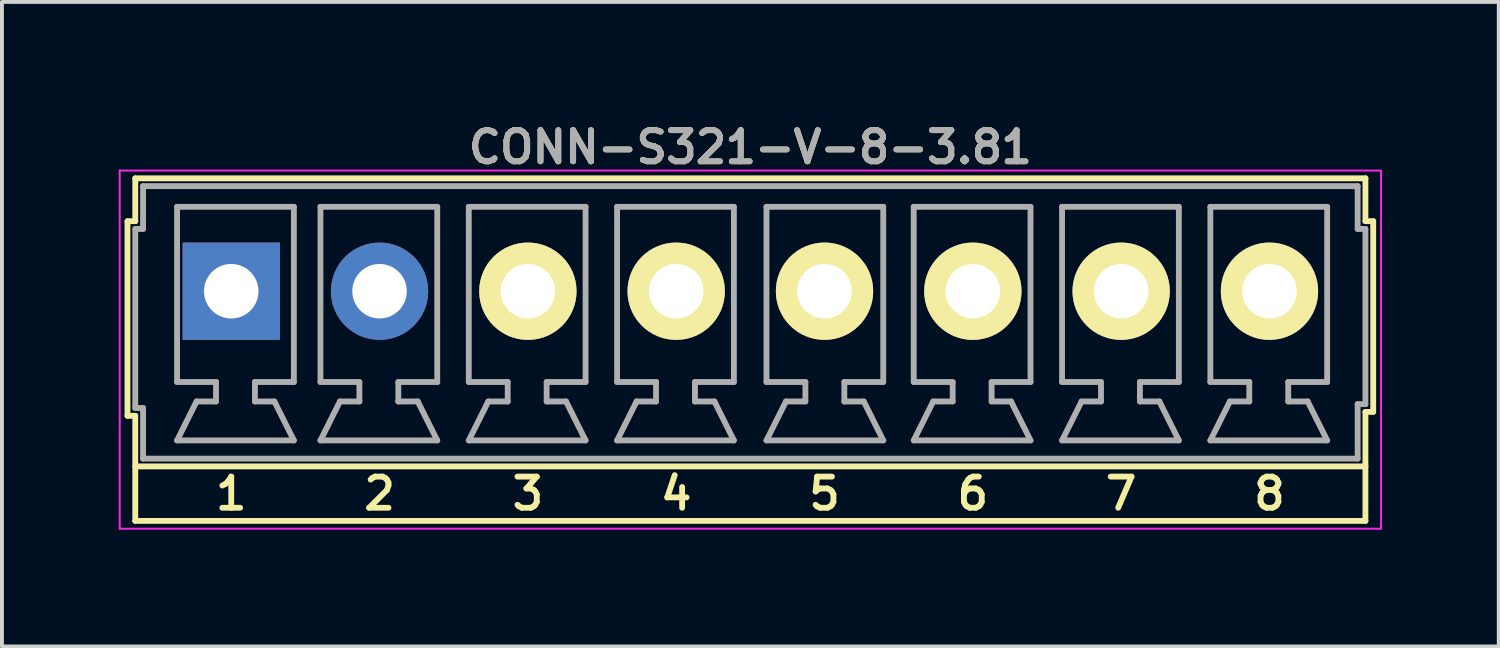
<source format=kicad_pcb>
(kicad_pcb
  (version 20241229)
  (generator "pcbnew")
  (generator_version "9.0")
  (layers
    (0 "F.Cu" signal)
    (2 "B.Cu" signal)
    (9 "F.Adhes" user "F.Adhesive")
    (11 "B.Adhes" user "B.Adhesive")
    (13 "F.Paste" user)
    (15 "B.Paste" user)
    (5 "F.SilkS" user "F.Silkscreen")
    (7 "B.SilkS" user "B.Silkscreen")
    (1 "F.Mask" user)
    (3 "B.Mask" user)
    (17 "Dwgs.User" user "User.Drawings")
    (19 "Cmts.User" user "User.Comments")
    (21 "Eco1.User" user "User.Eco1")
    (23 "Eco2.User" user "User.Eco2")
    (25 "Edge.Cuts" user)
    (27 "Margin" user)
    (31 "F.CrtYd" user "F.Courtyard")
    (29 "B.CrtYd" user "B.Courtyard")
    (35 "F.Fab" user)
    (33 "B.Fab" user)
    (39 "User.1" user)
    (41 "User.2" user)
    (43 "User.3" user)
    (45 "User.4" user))
  (footprint "CONN-S321-V-8-3.81"
    (layer "F.Cu")
    (at 16.225 5.231)
    (property "Reference" "CONN-S321-V-8-3.81" (at 0 -4.5 0) (layer "F.SilkS") (effects (font (size 0.8 0.8) (thickness 0.15))))
    (attr through_hole)
    (fp_line (start -16 -2.6) (end -16 2.4) (stroke (width 0.15) (type solid)) (layer "F.SilkS"))
    (fp_line (start -15.8 -3.7) (end 15.8 -3.7) (stroke (width 0.15) (type solid)) (layer "F.SilkS"))
    (fp_line (start -15.8 -2.6) (end -16 -2.6) (stroke (width 0.15) (type solid)) (layer "F.SilkS"))
    (fp_line (start -15.8 -2.6) (end -15.8 -3.7) (stroke (width 0.15) (type solid)) (layer "F.SilkS"))
    (fp_line (start -15.8 2.4) (end -16 2.4) (stroke (width 0.15) (type solid)) (layer "F.SilkS"))
    (fp_line (start -15.8 5.1) (end -15.8 2.4) (stroke (width 0.15) (type solid)) (layer "F.SilkS"))
    (fp_line (start -15.8 5.1) (end 15.8 5.1) (stroke (width 0.15) (type solid)) (layer "F.SilkS"))
    (fp_line (start 15.8 -2.6) (end 15.8 -3.7) (stroke (width 0.15) (type solid)) (layer "F.SilkS"))
    (fp_line (start 15.8 2.3) (end 16 2.3) (stroke (width 0.15) (type solid)) (layer "F.SilkS"))
    (fp_line (start 15.8 3.7) (end -15.8 3.7) (stroke (width 0.15) (type solid)) (layer "F.SilkS"))
    (fp_line (start 15.8 5.1) (end 15.8 2.3) (stroke (width 0.15) (type solid)) (layer "F.SilkS"))
    (fp_line (start 16 -2.6) (end 15.8 -2.6) (stroke (width 0.15) (type solid)) (layer "F.SilkS"))
    (fp_line (start 16 2.3) (end 16 -2.6) (stroke (width 0.15) (type solid)) (layer "F.SilkS"))
    (fp_line (start -16.2 -3.9) (end 16.2 -3.9) (stroke (width 0.05) (type solid)) (layer "F.CrtYd"))
    (fp_line (start -16.2 5.3) (end -16.2 -3.9) (stroke (width 0.05) (type solid)) (layer "F.CrtYd"))
    (fp_line (start 16.2 -3.9) (end 16.2 5.3) (stroke (width 0.05) (type solid)) (layer "F.CrtYd"))
    (fp_line (start 16.2 5.3) (end -16.2 5.3) (stroke (width 0.05) (type solid)) (layer "F.CrtYd"))
    (fp_line (start -15.8 -2.4) (end -15.6 -2.4) (stroke (width 0.15) (type solid)) (layer "F.Fab"))
    (fp_line (start -15.8 2.2) (end -15.8 -2.4) (stroke (width 0.15) (type solid)) (layer "F.Fab"))
    (fp_line (start -15.6 -3.5) (end 15.6 -3.5) (stroke (width 0.15) (type solid)) (layer "F.Fab"))
    (fp_line (start -15.6 -2.4) (end -15.6 -3.5) (stroke (width 0.15) (type solid)) (layer "F.Fab"))
    (fp_line (start -15.6 2.2) (end -15.8 2.2) (stroke (width 0.15) (type solid)) (layer "F.Fab"))
    (fp_line (start -15.6 3.5) (end -15.6 2.2) (stroke (width 0.15) (type solid)) (layer "F.Fab"))
    (fp_line (start -14.726 -2.968) (end -14.726 1.532) (stroke (width 0.15) (type solid)) (layer "F.Fab"))
    (fp_line (start -14.726 -2.968) (end -11.726 -2.968) (stroke (width 0.15) (type solid)) (layer "F.Fab"))
    (fp_line (start -14.726 3.032) (end -11.726 3.032) (stroke (width 0.15) (type solid)) (layer "F.Fab"))
    (fp_line (start -14.226 2.032) (end -14.726 3.032) (stroke (width 0.15) (type solid)) (layer "F.Fab"))
    (fp_line (start -13.726 1.532) (end -14.726 1.532) (stroke (width 0.15) (type solid)) (layer "F.Fab"))
    (fp_line (start -13.726 1.532) (end -13.726 2.032) (stroke (width 0.15) (type solid)) (layer "F.Fab"))
    (fp_line (start -13.726 2.032) (end -14.226 2.032) (stroke (width 0.15) (type solid)) (layer "F.Fab"))
    (fp_line (start -12.726 1.532) (end -12.726 2.032) (stroke (width 0.15) (type solid)) (layer "F.Fab"))
    (fp_line (start -12.726 2.032) (end -12.226 2.032) (stroke (width 0.15) (type solid)) (layer "F.Fab"))
    (fp_line (start -11.726 -2.968) (end -11.726 1.532) (stroke (width 0.15) (type solid)) (layer "F.Fab"))
    (fp_line (start -11.726 1.532) (end -12.726 1.532) (stroke (width 0.15) (type solid)) (layer "F.Fab"))
    (fp_line (start -11.726 3.032) (end -12.226 2.032) (stroke (width 0.15) (type solid)) (layer "F.Fab"))
    (fp_line (start -11.043 -2.968) (end -11.043 1.532) (stroke (width 0.15) (type solid)) (layer "F.Fab"))
    (fp_line (start -11.043 -2.968) (end -8.043 -2.968) (stroke (width 0.15) (type solid)) (layer "F.Fab"))
    (fp_line (start -11.043 3.032) (end -8.043 3.032) (stroke (width 0.15) (type solid)) (layer "F.Fab"))
    (fp_line (start -10.543 2.032) (end -11.043 3.032) (stroke (width 0.15) (type solid)) (layer "F.Fab"))
    (fp_line (start -10.043 1.532) (end -11.043 1.532) (stroke (width 0.15) (type solid)) (layer "F.Fab"))
    (fp_line (start -10.043 1.532) (end -10.043 2.032) (stroke (width 0.15) (type solid)) (layer "F.Fab"))
    (fp_line (start -10.043 2.032) (end -10.543 2.032) (stroke (width 0.15) (type solid)) (layer "F.Fab"))
    (fp_line (start -9.043 1.532) (end -9.043 2.032) (stroke (width 0.15) (type solid)) (layer "F.Fab"))
    (fp_line (start -9.043 2.032) (end -8.543 2.032) (stroke (width 0.15) (type solid)) (layer "F.Fab"))
    (fp_line (start -8.043 -2.968) (end -8.043 1.532) (stroke (width 0.15) (type solid)) (layer "F.Fab"))
    (fp_line (start -8.043 1.532) (end -9.043 1.532) (stroke (width 0.15) (type solid)) (layer "F.Fab"))
    (fp_line (start -8.043 3.032) (end -8.543 2.032) (stroke (width 0.15) (type solid)) (layer "F.Fab"))
    (fp_line (start -7.233 -2.968) (end -7.233 1.532) (stroke (width 0.15) (type solid)) (layer "F.Fab"))
    (fp_line (start -7.233 -2.968) (end -4.233 -2.968) (stroke (width 0.15) (type solid)) (layer "F.Fab"))
    (fp_line (start -7.233 3.032) (end -4.233 3.032) (stroke (width 0.15) (type solid)) (layer "F.Fab"))
    (fp_line (start -6.733 2.032) (end -7.233 3.032) (stroke (width 0.15) (type solid)) (layer "F.Fab"))
    (fp_line (start -6.233 1.532) (end -7.233 1.532) (stroke (width 0.15) (type solid)) (layer "F.Fab"))
    (fp_line (start -6.233 1.532) (end -6.233 2.032) (stroke (width 0.15) (type solid)) (layer "F.Fab"))
    (fp_line (start -6.233 2.032) (end -6.733 2.032) (stroke (width 0.15) (type solid)) (layer "F.Fab"))
    (fp_line (start -5.233 1.532) (end -5.233 2.032) (stroke (width 0.15) (type solid)) (layer "F.Fab"))
    (fp_line (start -5.233 2.032) (end -4.733 2.032) (stroke (width 0.15) (type solid)) (layer "F.Fab"))
    (fp_line (start -4.233 -2.968) (end -4.233 1.532) (stroke (width 0.15) (type solid)) (layer "F.Fab"))
    (fp_line (start -4.233 1.532) (end -5.233 1.532) (stroke (width 0.15) (type solid)) (layer "F.Fab"))
    (fp_line (start -4.233 3.032) (end -4.733 2.032) (stroke (width 0.15) (type solid)) (layer "F.Fab"))
    (fp_line (start -3.423 -2.968) (end -3.423 1.532) (stroke (width 0.15) (type solid)) (layer "F.Fab"))
    (fp_line (start -3.423 -2.968) (end -0.423 -2.968) (stroke (width 0.15) (type solid)) (layer "F.Fab"))
    (fp_line (start -3.423 3.032) (end -0.423 3.032) (stroke (width 0.15) (type solid)) (layer "F.Fab"))
    (fp_line (start -2.923 2.032) (end -3.423 3.032) (stroke (width 0.15) (type solid)) (layer "F.Fab"))
    (fp_line (start -2.423 1.532) (end -3.423 1.532) (stroke (width 0.15) (type solid)) (layer "F.Fab"))
    (fp_line (start -2.423 1.532) (end -2.423 2.032) (stroke (width 0.15) (type solid)) (layer "F.Fab"))
    (fp_line (start -2.423 2.032) (end -2.923 2.032) (stroke (width 0.15) (type solid)) (layer "F.Fab"))
    (fp_line (start -1.423 1.532) (end -1.423 2.032) (stroke (width 0.15) (type solid)) (layer "F.Fab"))
    (fp_line (start -1.423 2.032) (end -0.923 2.032) (stroke (width 0.15) (type solid)) (layer "F.Fab"))
    (fp_line (start -0.423 -2.968) (end -0.423 1.532) (stroke (width 0.15) (type solid)) (layer "F.Fab"))
    (fp_line (start -0.423 1.532) (end -1.423 1.532) (stroke (width 0.15) (type solid)) (layer "F.Fab"))
    (fp_line (start -0.423 3.032) (end -0.923 2.032) (stroke (width 0.15) (type solid)) (layer "F.Fab"))
    (fp_line (start 0.414 -2.968) (end 0.414 1.532) (stroke (width 0.15) (type solid)) (layer "F.Fab"))
    (fp_line (start 0.414 -2.968) (end 3.414 -2.968) (stroke (width 0.15) (type solid)) (layer "F.Fab"))
    (fp_line (start 0.414 3.032) (end 3.414 3.032) (stroke (width 0.15) (type solid)) (layer "F.Fab"))
    (fp_line (start 0.914 2.032) (end 0.414 3.032) (stroke (width 0.15) (type solid)) (layer "F.Fab"))
    (fp_line (start 1.414 1.532) (end 0.414 1.532) (stroke (width 0.15) (type solid)) (layer "F.Fab"))
    (fp_line (start 1.414 1.532) (end 1.414 2.032) (stroke (width 0.15) (type solid)) (layer "F.Fab"))
    (fp_line (start 1.414 2.032) (end 0.914 2.032) (stroke (width 0.15) (type solid)) (layer "F.Fab"))
    (fp_line (start 2.414 1.532) (end 2.414 2.032) (stroke (width 0.15) (type solid)) (layer "F.Fab"))
    (fp_line (start 2.414 2.032) (end 2.914 2.032) (stroke (width 0.15) (type solid)) (layer "F.Fab"))
    (fp_line (start 3.414 -2.968) (end 3.414 1.532) (stroke (width 0.15) (type solid)) (layer "F.Fab"))
    (fp_line (start 3.414 1.532) (end 2.414 1.532) (stroke (width 0.15) (type solid)) (layer "F.Fab"))
    (fp_line (start 3.414 3.032) (end 2.914 2.032) (stroke (width 0.15) (type solid)) (layer "F.Fab"))
    (fp_line (start 4.197 -2.968) (end 4.197 1.532) (stroke (width 0.15) (type solid)) (layer "F.Fab"))
    (fp_line (start 4.197 -2.968) (end 7.197 -2.968) (stroke (width 0.15) (type solid)) (layer "F.Fab"))
    (fp_line (start 4.197 3.032) (end 7.197 3.032) (stroke (width 0.15) (type solid)) (layer "F.Fab"))
    (fp_line (start 4.697 2.032) (end 4.197 3.032) (stroke (width 0.15) (type solid)) (layer "F.Fab"))
    (fp_line (start 5.197 1.532) (end 4.197 1.532) (stroke (width 0.15) (type solid)) (layer "F.Fab"))
    (fp_line (start 5.197 1.532) (end 5.197 2.032) (stroke (width 0.15) (type solid)) (layer "F.Fab"))
    (fp_line (start 5.197 2.032) (end 4.697 2.032) (stroke (width 0.15) (type solid)) (layer "F.Fab"))
    (fp_line (start 6.197 1.532) (end 6.197 2.032) (stroke (width 0.15) (type solid)) (layer "F.Fab"))
    (fp_line (start 6.197 2.032) (end 6.697 2.032) (stroke (width 0.15) (type solid)) (layer "F.Fab"))
    (fp_line (start 7.197 -2.968) (end 7.197 1.532) (stroke (width 0.15) (type solid)) (layer "F.Fab"))
    (fp_line (start 7.197 1.532) (end 6.197 1.532) (stroke (width 0.15) (type solid)) (layer "F.Fab"))
    (fp_line (start 7.197 3.032) (end 6.697 2.032) (stroke (width 0.15) (type solid)) (layer "F.Fab"))
    (fp_line (start 8.007 -2.968) (end 8.007 1.532) (stroke (width 0.15) (type solid)) (layer "F.Fab"))
    (fp_line (start 8.007 -2.968) (end 11.007 -2.968) (stroke (width 0.15) (type solid)) (layer "F.Fab"))
    (fp_line (start 8.007 3.032) (end 11.007 3.032) (stroke (width 0.15) (type solid)) (layer "F.Fab"))
    (fp_line (start 8.507 2.032) (end 8.007 3.032) (stroke (width 0.15) (type solid)) (layer "F.Fab"))
    (fp_line (start 9.007 1.532) (end 8.007 1.532) (stroke (width 0.15) (type solid)) (layer "F.Fab"))
    (fp_line (start 9.007 1.532) (end 9.007 2.032) (stroke (width 0.15) (type solid)) (layer "F.Fab"))
    (fp_line (start 9.007 2.032) (end 8.507 2.032) (stroke (width 0.15) (type solid)) (layer "F.Fab"))
    (fp_line (start 10.007 1.532) (end 10.007 2.032) (stroke (width 0.15) (type solid)) (layer "F.Fab"))
    (fp_line (start 10.007 2.032) (end 10.507 2.032) (stroke (width 0.15) (type solid)) (layer "F.Fab"))
    (fp_line (start 11.007 -2.968) (end 11.007 1.532) (stroke (width 0.15) (type solid)) (layer "F.Fab"))
    (fp_line (start 11.007 1.532) (end 10.007 1.532) (stroke (width 0.15) (type solid)) (layer "F.Fab"))
    (fp_line (start 11.007 3.032) (end 10.507 2.032) (stroke (width 0.15) (type solid)) (layer "F.Fab"))
    (fp_line (start 11.817 -2.968) (end 11.817 1.532) (stroke (width 0.15) (type solid)) (layer "F.Fab"))
    (fp_line (start 11.817 -2.968) (end 14.817 -2.968) (stroke (width 0.15) (type solid)) (layer "F.Fab"))
    (fp_line (start 11.817 3.032) (end 14.817 3.032) (stroke (width 0.15) (type solid)) (layer "F.Fab"))
    (fp_line (start 12.317 2.032) (end 11.817 3.032) (stroke (width 0.15) (type solid)) (layer "F.Fab"))
    (fp_line (start 12.817 1.532) (end 11.817 1.532) (stroke (width 0.15) (type solid)) (layer "F.Fab"))
    (fp_line (start 12.817 1.532) (end 12.817 2.032) (stroke (width 0.15) (type solid)) (layer "F.Fab"))
    (fp_line (start 12.817 2.032) (end 12.317 2.032) (stroke (width 0.15) (type solid)) (layer "F.Fab"))
    (fp_line (start 13.817 1.532) (end 13.817 2.032) (stroke (width 0.15) (type solid)) (layer "F.Fab"))
    (fp_line (start 13.817 2.032) (end 14.317 2.032) (stroke (width 0.15) (type solid)) (layer "F.Fab"))
    (fp_line (start 14.817 -2.968) (end 14.817 1.532) (stroke (width 0.15) (type solid)) (layer "F.Fab"))
    (fp_line (start 14.817 1.532) (end 13.817 1.532) (stroke (width 0.15) (type solid)) (layer "F.Fab"))
    (fp_line (start 14.817 3.032) (end 14.317 2.032) (stroke (width 0.15) (type solid)) (layer "F.Fab"))
    (fp_line (start 15.6 -2.4) (end 15.6 -3.5) (stroke (width 0.15) (type solid)) (layer "F.Fab"))
    (fp_line (start 15.6 3.5) (end -15.6 3.5) (stroke (width 0.15) (type solid)) (layer "F.Fab"))
    (fp_line (start 15.6 3.5) (end 15.6 2.1) (stroke (width 0.15) (type solid)) (layer "F.Fab"))
    (fp_line (start 15.8 -2.4) (end 15.6 -2.4) (stroke (width 0.15) (type solid)) (layer "F.Fab"))
    (fp_line (start 15.8 2.1) (end 15.6 2.1) (stroke (width 0.15) (type solid)) (layer "F.Fab"))
    (fp_line (start 15.8 2.1) (end 15.8 -2.4) (stroke (width 0.15) (type solid)) (layer "F.Fab"))
    (fp_text user "4" (at -1.905 4.4 0) (layer "F.SilkS") (effects (font (size 0.8 0.8) (thickness 0.15))))
    (fp_text user "2" (at -9.525 4.4 0) (layer "F.SilkS") (effects (font (size 0.8 0.8) (thickness 0.15))))
    (fp_text user "6" (at 5.715 4.4 0) (layer "F.SilkS") (effects (font (size 0.8 0.8) (thickness 0.15))))
    (fp_text user "1" (at -13.335 4.4 0) (layer "F.SilkS") (effects (font (size 0.8 0.8) (thickness 0.15))))
    (fp_text user "7" (at 9.525 4.4 0) (layer "F.SilkS") (effects (font (size 0.8 0.8) (thickness 0.15))))
    (fp_text user "5" (at 1.905 4.4 0) (layer "F.SilkS") (effects (font (size 0.8 0.8) (thickness 0.15))))
    (fp_text user "8" (at 13.335 4.4 0) (layer "F.SilkS") (effects (font (size 0.8 0.8) (thickness 0.15))))
    (fp_text user "3" (at -5.715 4.4 0) (layer "F.SilkS") (effects (font (size 0.8 0.8) (thickness 0.15))))
    (fp_text user "${REFERENCE}" (at 0 -4.5 0) (layer "F.Fab") (effects (font (size 0.8 0.8) (thickness 0.15))))
    (pad "1" thru_hole rect (at -13.335 -0.8) (size 2.5 2.5) (drill 1.4) (layers "*.Cu" "*.Mask"))
    (pad "2" thru_hole circle (at -9.525 -0.8) (size 2.5 2.5) (drill 1.4) (layers "*.Cu" "*.Mask"))
    (pad "3" thru_hole circle (at -5.715 -0.8) (size 2.5 2.5) (drill 1.4) (layers "*.Cu" "*.Mask" "F.SilkS"))
    (pad "4" thru_hole circle (at -1.905 -0.8) (size 2.5 2.5) (drill 1.4) (layers "*.Cu" "*.Mask" "F.SilkS"))
    (pad "5" thru_hole circle (at 1.905 -0.8) (size 2.5 2.5) (drill 1.4) (layers "*.Cu" "*.Mask" "F.SilkS"))
    (pad "6" thru_hole circle (at 5.715 -0.8) (size 2.5 2.5) (drill 1.4) (layers "*.Cu" "*.Mask" "F.SilkS"))
    (pad "7" thru_hole circle (at 9.525 -0.8) (size 2.5 2.5) (drill 1.4) (layers "*.Cu" "*.Mask" "F.SilkS"))
    (pad "8" thru_hole circle (at 13.335 -0.8) (size 2.5 2.5) (drill 1.4) (layers "*.Cu" "*.Mask" "F.SilkS")))
  (gr_rect
    (start -3 -3)
    (end 35.45 13.556)
    (stroke (width 0.1) (type default))
    (fill no)
    (layer "Edge.Cuts")))
</source>
